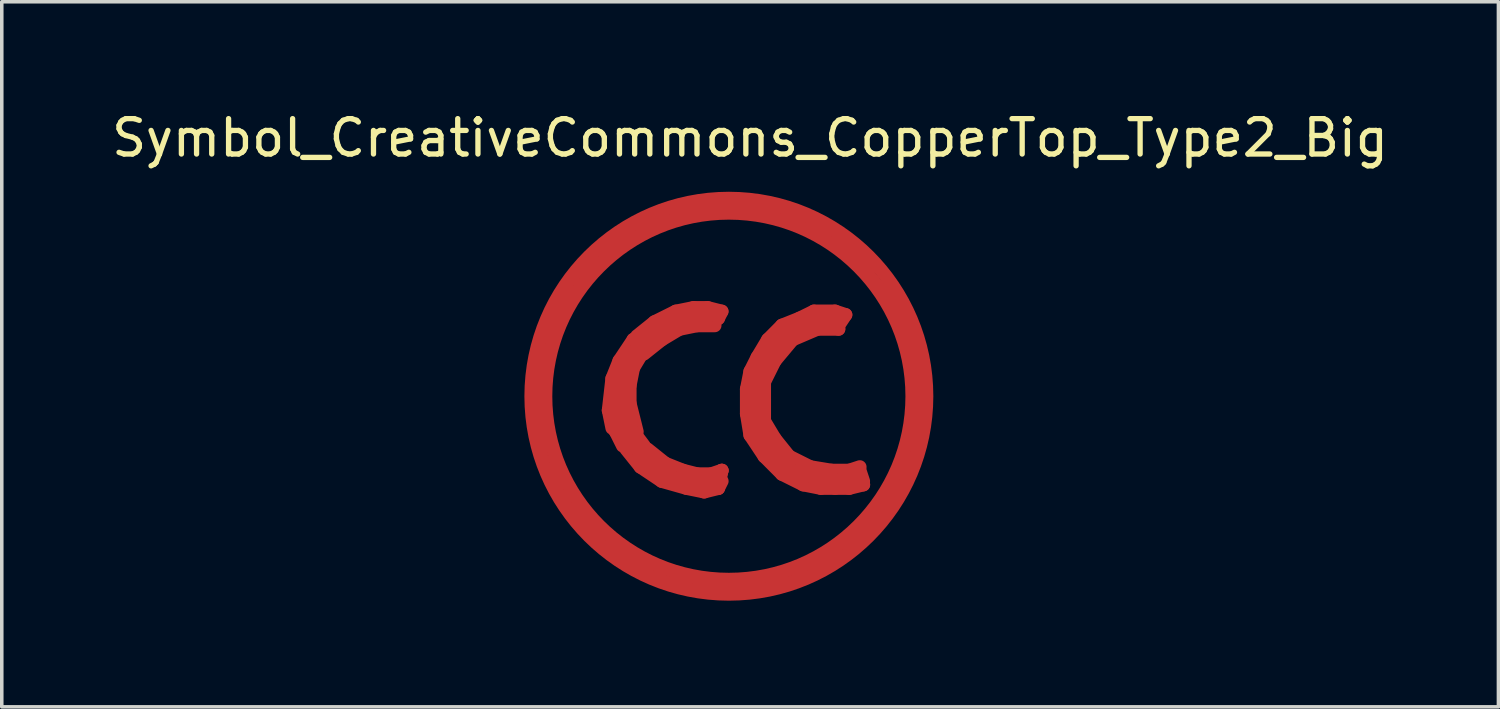
<source format=kicad_pcb>
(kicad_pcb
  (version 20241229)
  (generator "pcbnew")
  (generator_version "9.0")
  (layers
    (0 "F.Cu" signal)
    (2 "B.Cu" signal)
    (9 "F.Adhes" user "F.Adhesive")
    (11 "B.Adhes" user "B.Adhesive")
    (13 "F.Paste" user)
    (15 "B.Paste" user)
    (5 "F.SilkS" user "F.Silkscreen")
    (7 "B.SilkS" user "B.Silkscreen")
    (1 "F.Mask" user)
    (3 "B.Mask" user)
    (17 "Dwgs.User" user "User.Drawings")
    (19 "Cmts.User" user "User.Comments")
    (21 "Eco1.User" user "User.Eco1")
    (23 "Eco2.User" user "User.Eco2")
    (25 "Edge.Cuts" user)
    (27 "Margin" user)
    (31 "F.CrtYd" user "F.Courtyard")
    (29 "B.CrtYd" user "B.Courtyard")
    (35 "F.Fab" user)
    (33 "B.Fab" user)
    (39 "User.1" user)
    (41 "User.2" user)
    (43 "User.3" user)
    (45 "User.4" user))
  (footprint "Symbol_CreativeCommons_CopperTop_Type2_Big"
    (layer "F.Cu")
    (at 17.549 8.148)
    (property "Reference" "Symbol_CreativeCommons_CopperTop_Type2_Big" (at 0.599 -7.3 0) (layer "F.SilkS") (effects (font (size 1 1) (thickness 0.15))))
    (attr through_hole)
    (fp_line (start -5.4 0.099) (end -5.199 1.3) (stroke (width 0.381) (type solid)) (layer "F.Cu"))
    (fp_line (start -5.301 -1.1) (end -5.4 0.099) (stroke (width 0.381) (type solid)) (layer "F.Cu"))
    (fp_line (start -5.199 1.3) (end -4.801 2.4) (stroke (width 0.381) (type solid)) (layer "F.Cu"))
    (fp_line (start -5.001 -2.101) (end -5.301 -1.1) (stroke (width 0.381) (type solid)) (layer "F.Cu"))
    (fp_line (start -4.801 2.4) (end -3.8 3.899) (stroke (width 0.381) (type solid)) (layer "F.Cu"))
    (fp_line (start -4.501 -3) (end -5.001 -2.101) (stroke (width 0.381) (type solid)) (layer "F.Cu"))
    (fp_line (start -4 -3.599) (end -4.501 -3) (stroke (width 0.381) (type solid)) (layer "F.Cu"))
    (fp_line (start -3.8 3.899) (end -2.601 4.801) (stroke (width 0.381) (type solid)) (layer "F.Cu"))
    (fp_line (start -3.401 0.399) (end -3.299 0.899) (stroke (width 0.381) (type solid)) (layer "F.Cu"))
    (fp_line (start -3.299 -4.201) (end -4 -3.599) (stroke (width 0.381) (type solid)) (layer "F.Cu"))
    (fp_line (start -3.299 -0.5) (end -3.401 0.399) (stroke (width 0.381) (type solid)) (layer "F.Cu"))
    (fp_line (start -3.299 -0.3) (end -3.299 0.401) (stroke (width 0.381) (type solid)) (layer "F.Cu"))
    (fp_line (start -3.299 0.401) (end -3.2 1.001) (stroke (width 0.381) (type solid)) (layer "F.Cu"))
    (fp_line (start -3.299 0.8) (end -3 1.4) (stroke (width 0.381) (type solid)) (layer "F.Cu"))
    (fp_line (start -3.099 -1.001) (end -3.299 -0.5) (stroke (width 0.381) (type solid)) (layer "F.Cu"))
    (fp_line (start -3.099 -0.899) (end -3.299 -0.3) (stroke (width 0.381) (type solid)) (layer "F.Cu"))
    (fp_line (start -3.099 0) (end -3 -0.599) (stroke (width 0.381) (type solid)) (layer "F.Cu"))
    (fp_line (start -3 -0.8) (end -2.7 -1.3) (stroke (width 0.381) (type solid)) (layer "F.Cu"))
    (fp_line (start -3 0.701) (end -3.099 0) (stroke (width 0.381) (type solid)) (layer "F.Cu"))
    (fp_line (start -2.997 1.199) (end -2.598 1.199) (stroke (width 0.381) (type solid)) (layer "F.Cu"))
    (fp_line (start -2.898 1.499) (end -2.497 1.999) (stroke (width 0.381) (type solid)) (layer "F.Cu"))
    (fp_line (start -2.799 -0.3) (end -2.799 0.201) (stroke (width 0.381) (type solid)) (layer "F.Cu"))
    (fp_line (start -2.799 0.201) (end -2.598 1.001) (stroke (width 0.381) (type solid)) (layer "F.Cu"))
    (fp_line (start -2.799 1.4) (end -3 0.701) (stroke (width 0.381) (type solid)) (layer "F.Cu"))
    (fp_line (start -2.7 -4.699) (end -3.299 -4.201) (stroke (width 0.381) (type solid)) (layer "F.Cu"))
    (fp_line (start -2.7 -1.6) (end -3.099 -1.001) (stroke (width 0.381) (type solid)) (layer "F.Cu"))
    (fp_line (start -2.7 -1.1) (end -2.2 -1.6) (stroke (width 0.381) (type solid)) (layer "F.Cu"))
    (fp_line (start -2.7 -0.8) (end -2.799 -0.3) (stroke (width 0.381) (type solid)) (layer "F.Cu"))
    (fp_line (start -2.697 1.001) (end -2.398 1.4) (stroke (width 0.381) (type solid)) (layer "F.Cu"))
    (fp_line (start -2.601 4.801) (end -1.3 5.301) (stroke (width 0.381) (type solid)) (layer "F.Cu"))
    (fp_line (start -2.598 -1.6) (end -3.099 -0.899) (stroke (width 0.381) (type solid)) (layer "F.Cu"))
    (fp_line (start -2.499 -1.699) (end -2.7 -1.6) (stroke (width 0.381) (type solid)) (layer "F.Cu"))
    (fp_line (start -2.497 1.999) (end -1.897 2.4) (stroke (width 0.381) (type solid)) (layer "F.Cu"))
    (fp_line (start -2.4 -1.3) (end -2.7 -0.8) (stroke (width 0.381) (type solid)) (layer "F.Cu"))
    (fp_line (start -2.296 1.499) (end -1.796 1.9) (stroke (width 0.381) (type solid)) (layer "F.Cu"))
    (fp_line (start -2.296 1.798) (end -2.797 1.298) (stroke (width 0.381) (type solid)) (layer "F.Cu"))
    (fp_line (start -2.2 -1.699) (end -1.699 -1.999) (stroke (width 0.381) (type solid)) (layer "F.Cu"))
    (fp_line (start -2.101 -2.098) (end -2.598 -1.699) (stroke (width 0.381) (type solid)) (layer "F.Cu"))
    (fp_line (start -1.999 -4.9) (end -2.7 -4.699) (stroke (width 0.381) (type solid)) (layer "F.Cu"))
    (fp_line (start -1.9 -1.598) (end -2.4 -1.199) (stroke (width 0.381) (type solid)) (layer "F.Cu"))
    (fp_line (start -1.897 2.4) (end -1.196 2.598) (stroke (width 0.381) (type solid)) (layer "F.Cu"))
    (fp_line (start -1.796 1.9) (end -1.298 2.098) (stroke (width 0.381) (type solid)) (layer "F.Cu"))
    (fp_line (start -1.699 -1.999) (end -1.199 -2.2) (stroke (width 0.381) (type solid)) (layer "F.Cu"))
    (fp_line (start -1.598 2.299) (end -2.296 1.798) (stroke (width 0.381) (type solid)) (layer "F.Cu"))
    (fp_line (start -1.499 -2.398) (end -2.101 -2.098) (stroke (width 0.381) (type solid)) (layer "F.Cu"))
    (fp_line (start -1.4 -1.897) (end -1.9 -1.598) (stroke (width 0.381) (type solid)) (layer "F.Cu"))
    (fp_line (start -1.3 -5.1) (end -1.999 -4.9) (stroke (width 0.381) (type solid)) (layer "F.Cu"))
    (fp_line (start -1.3 5.301) (end 0.099 5.301) (stroke (width 0.381) (type solid)) (layer "F.Cu"))
    (fp_line (start -1.298 2.098) (end -0.897 2.2) (stroke (width 0.381) (type solid)) (layer "F.Cu"))
    (fp_line (start -1.199 -2.2) (end -0.699 -2.2) (stroke (width 0.381) (type solid)) (layer "F.Cu"))
    (fp_line (start -1.196 2.598) (end -0.696 2.7) (stroke (width 0.381) (type solid)) (layer "F.Cu"))
    (fp_line (start -1.001 -2.499) (end -1.499 -2.398) (stroke (width 0.381) (type solid)) (layer "F.Cu"))
    (fp_line (start -0.899 -1.999) (end -1.4 -1.897) (stroke (width 0.381) (type solid)) (layer "F.Cu"))
    (fp_line (start -0.897 2.2) (end -0.498 2.2) (stroke (width 0.381) (type solid)) (layer "F.Cu"))
    (fp_line (start -0.897 2.499) (end -1.598 2.299) (stroke (width 0.381) (type solid)) (layer "F.Cu"))
    (fp_line (start -0.701 2.7) (end -0.3 2.601) (stroke (width 0.381) (type solid)) (layer "F.Cu"))
    (fp_line (start -0.699 -2.2) (end -0.3 -2.2) (stroke (width 0.381) (type solid)) (layer "F.Cu"))
    (fp_line (start -0.599 -2.499) (end -1.001 -2.499) (stroke (width 0.381) (type solid)) (layer "F.Cu"))
    (fp_line (start -0.5 -5.4) (end -1.3 -5.1) (stroke (width 0.381) (type solid)) (layer "F.Cu"))
    (fp_line (start -0.498 2.2) (end -0.198 2.098) (stroke (width 0.381) (type solid)) (layer "F.Cu"))
    (fp_line (start -0.399 -1.999) (end -0.899 -1.999) (stroke (width 0.381) (type solid)) (layer "F.Cu"))
    (fp_line (start -0.3 -2.2) (end -0.201 -2.398) (stroke (width 0.381) (type solid)) (layer "F.Cu"))
    (fp_line (start -0.3 2.601) (end -0.201 2.101) (stroke (width 0.381) (type solid)) (layer "F.Cu"))
    (fp_line (start -0.297 2.4) (end -0.897 2.499) (stroke (width 0.381) (type solid)) (layer "F.Cu"))
    (fp_line (start -0.201 -2.398) (end -0.599 -2.499) (stroke (width 0.381) (type solid)) (layer "F.Cu"))
    (fp_line (start -0.198 2.098) (end -0.297 2.4) (stroke (width 0.381) (type solid)) (layer "F.Cu"))
    (fp_line (start -0.198 2.4) (end -0.297 2.598) (stroke (width 0.381) (type solid)) (layer "F.Cu"))
    (fp_line (start 0 -5.4) (end -0.5 -5.4) (stroke (width 0.381) (type solid)) (layer "F.Cu"))
    (fp_line (start 0.099 5.301) (end 1.6 5.199) (stroke (width 0.381) (type solid)) (layer "F.Cu"))
    (fp_line (start 0.503 -0.201) (end 0.503 0.498) (stroke (width 0.381) (type solid)) (layer "F.Cu"))
    (fp_line (start 0.503 0.498) (end 0.602 1.1) (stroke (width 0.381) (type solid)) (layer "F.Cu"))
    (fp_line (start 0.602 -0.701) (end 0.503 -0.201) (stroke (width 0.381) (type solid)) (layer "F.Cu"))
    (fp_line (start 0.602 1.1) (end 1.001 1.699) (stroke (width 0.381) (type solid)) (layer "F.Cu"))
    (fp_line (start 0.701 -0.3) (end 1.001 -1.001) (stroke (width 0.381) (type solid)) (layer "F.Cu"))
    (fp_line (start 0.803 -1.1) (end 0.602 -0.701) (stroke (width 0.381) (type solid)) (layer "F.Cu"))
    (fp_line (start 0.803 0.699) (end 0.701 -0.3) (stroke (width 0.381) (type solid)) (layer "F.Cu"))
    (fp_line (start 1.001 -1.001) (end 1.603 -1.702) (stroke (width 0.381) (type solid)) (layer "F.Cu"))
    (fp_line (start 1.001 -0.401) (end 1.001 0.099) (stroke (width 0.381) (type solid)) (layer "F.Cu"))
    (fp_line (start 1.001 0.099) (end 1.001 0.699) (stroke (width 0.381) (type solid)) (layer "F.Cu"))
    (fp_line (start 1.001 0.699) (end 1.3 1.199) (stroke (width 0.381) (type solid)) (layer "F.Cu"))
    (fp_line (start 1.001 1.699) (end 1.501 2.2) (stroke (width 0.381) (type solid)) (layer "F.Cu"))
    (fp_line (start 1.102 -1.6) (end 0.803 -1.1) (stroke (width 0.381) (type solid)) (layer "F.Cu"))
    (fp_line (start 1.201 1.6) (end 0.803 0.699) (stroke (width 0.381) (type solid)) (layer "F.Cu"))
    (fp_line (start 1.3 -1.001) (end 1.001 -0.401) (stroke (width 0.381) (type solid)) (layer "F.Cu"))
    (fp_line (start 1.3 1.199) (end 1.702 1.699) (stroke (width 0.381) (type solid)) (layer "F.Cu"))
    (fp_line (start 1.4 -5.199) (end 0 -5.301) (stroke (width 0.381) (type solid)) (layer "F.Cu"))
    (fp_line (start 1.501 -2.002) (end 1.102 -1.6) (stroke (width 0.381) (type solid)) (layer "F.Cu"))
    (fp_line (start 1.501 2.2) (end 2.101 2.499) (stroke (width 0.381) (type solid)) (layer "F.Cu"))
    (fp_line (start 1.6 5.199) (end 2.601 4.699) (stroke (width 0.381) (type solid)) (layer "F.Cu"))
    (fp_line (start 1.603 -1.702) (end 2.301 -2.101) (stroke (width 0.381) (type solid)) (layer "F.Cu"))
    (fp_line (start 1.702 1.699) (end 2.301 1.999) (stroke (width 0.381) (type solid)) (layer "F.Cu"))
    (fp_line (start 1.801 -1.6) (end 1.3 -1.001) (stroke (width 0.381) (type solid)) (layer "F.Cu"))
    (fp_line (start 1.801 2.098) (end 1.201 1.6) (stroke (width 0.381) (type solid)) (layer "F.Cu"))
    (fp_line (start 2.002 -2.202) (end 1.501 -2.002) (stroke (width 0.381) (type solid)) (layer "F.Cu"))
    (fp_line (start 2.101 2.499) (end 2.601 2.598) (stroke (width 0.381) (type solid)) (layer "F.Cu"))
    (fp_line (start 2.301 -2.101) (end 3.002 -2.101) (stroke (width 0.381) (type solid)) (layer "F.Cu"))
    (fp_line (start 2.301 1.999) (end 2.901 2.098) (stroke (width 0.381) (type solid)) (layer "F.Cu"))
    (fp_line (start 2.4 -4.801) (end 1.4 -5.199) (stroke (width 0.381) (type solid)) (layer "F.Cu"))
    (fp_line (start 2.403 -2.4) (end 2.002 -2.202) (stroke (width 0.381) (type solid)) (layer "F.Cu"))
    (fp_line (start 2.502 -1.9) (end 1.801 -1.6) (stroke (width 0.381) (type solid)) (layer "F.Cu"))
    (fp_line (start 2.601 2.598) (end 3.002 2.598) (stroke (width 0.381) (type solid)) (layer "F.Cu"))
    (fp_line (start 2.601 4.699) (end 4.201 3.401) (stroke (width 0.381) (type solid)) (layer "F.Cu"))
    (fp_line (start 2.802 2.4) (end 1.801 2.098) (stroke (width 0.381) (type solid)) (layer "F.Cu"))
    (fp_line (start 2.901 2.098) (end 3.401 2.098) (stroke (width 0.381) (type solid)) (layer "F.Cu"))
    (fp_line (start 3 -2.4) (end 3.299 -2.301) (stroke (width 0.381) (type solid)) (layer "F.Cu"))
    (fp_line (start 3.002 -2.4) (end 2.403 -2.4) (stroke (width 0.381) (type solid)) (layer "F.Cu"))
    (fp_line (start 3.002 -2.101) (end 3.101 -1.9) (stroke (width 0.381) (type solid)) (layer "F.Cu"))
    (fp_line (start 3.002 2.598) (end 3.401 2.598) (stroke (width 0.381) (type solid)) (layer "F.Cu"))
    (fp_line (start 3.101 -1.9) (end 2.502 -1.9) (stroke (width 0.381) (type solid)) (layer "F.Cu"))
    (fp_line (start 3.299 -2.301) (end 3.099 -1.999) (stroke (width 0.381) (type solid)) (layer "F.Cu"))
    (fp_line (start 3.401 -4.1) (end 2.4 -4.801) (stroke (width 0.381) (type solid)) (layer "F.Cu"))
    (fp_line (start 3.401 2.098) (end 3.701 1.999) (stroke (width 0.381) (type solid)) (layer "F.Cu"))
    (fp_line (start 3.401 2.598) (end 3.802 2.499) (stroke (width 0.381) (type solid)) (layer "F.Cu"))
    (fp_line (start 3.701 2.101) (end 3.8 2.4) (stroke (width 0.381) (type solid)) (layer "F.Cu"))
    (fp_line (start 3.701 2.299) (end 2.802 2.4) (stroke (width 0.381) (type solid)) (layer "F.Cu"))
    (fp_line (start 3.802 2.499) (end 3.701 2.299) (stroke (width 0.381) (type solid)) (layer "F.Cu"))
    (fp_line (start 4.201 3.401) (end 5.001 1.801) (stroke (width 0.381) (type solid)) (layer "F.Cu"))
    (fp_line (start 4.699 -2.499) (end 3.401 -4.1) (stroke (width 0.381) (type solid)) (layer "F.Cu"))
    (fp_line (start 5.001 1.801) (end 5.4 0.3) (stroke (width 0.381) (type solid)) (layer "F.Cu"))
    (fp_line (start 5.199 -1.4) (end 4.699 -2.499) (stroke (width 0.381) (type solid)) (layer "F.Cu"))
    (fp_line (start 5.4 0.3) (end 5.199 -1.4) (stroke (width 0.381) (type solid)) (layer "F.Cu"))
    (fp_circle (center 0 0) (end 5.08 1.016) (stroke (width 0.381) (type solid)) (fill no) (layer "F.Cu"))
    (fp_circle (center 0 0) (end 5.588 0) (stroke (width 0.381) (type solid)) (fill no) (layer "F.Cu")))
  (gr_rect
    (start -3 -3)
    (end 39.298 16.927)
    (stroke (width 0.1) (type default))
    (fill no)
    (layer "Edge.Cuts")))
</source>
